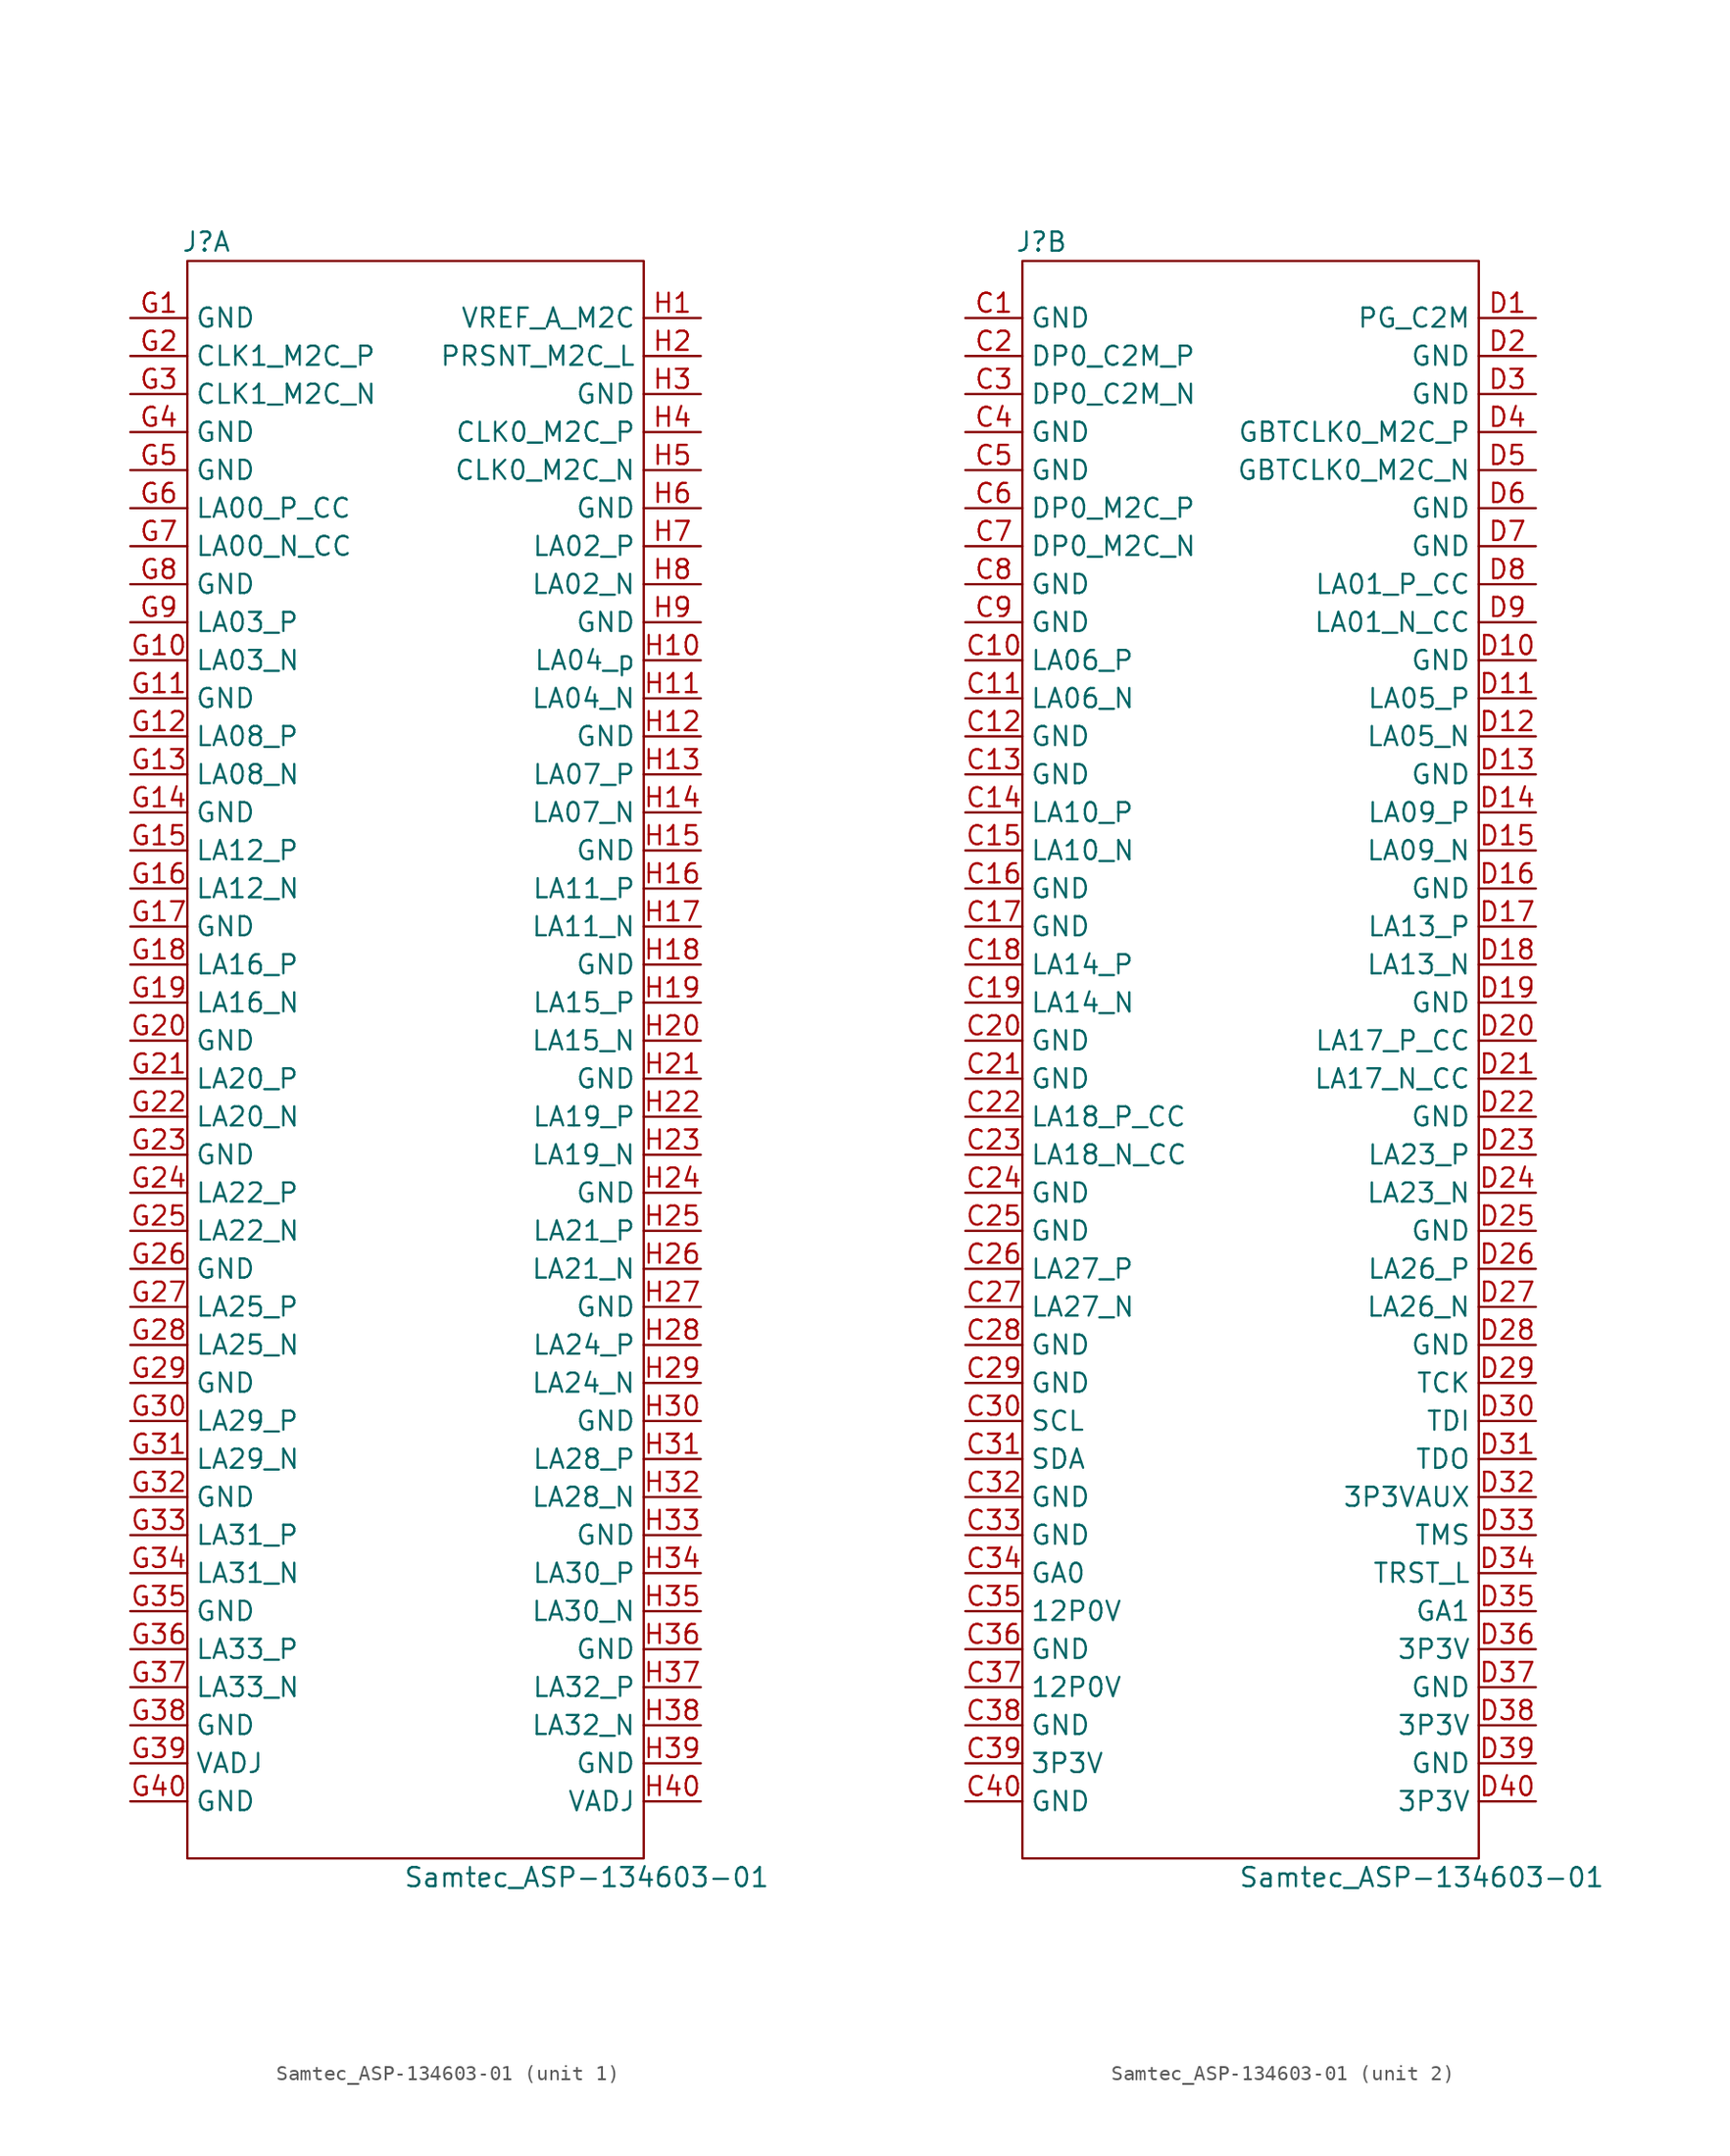
<source format=kicad_sym>
(kicad_symbol_lib
  (version 20211014)
  (generator kicad_symbol_editor)
  (symbol "Samtec_ASP-134603-01"
    (property "Reference" "J"
      (at -13.97 54.61 0)
      (effects (font (size 1.27 1.27))))
    (property "Value" "Samtec_ASP-134603-01"
      (at 11.43 -54.61 0)
      (effects (font (size 1.27 1.27))))
    (property "ki_locked" ""
      (at 0 0 0)
      (effects (font (size 1.27 1.27))))
    (symbol "Samtec_ASP-134603-01_0_1"
      (rectangle (start -15.24 53.34) (end 15.24 -53.34) (stroke (width 0) (type default) (color 0 0 0 0)) (fill (type none))))
    (symbol "Samtec_ASP-134603-01_1_1"
      (pin passive line (at -19.05 49.53 0) (length 3.81) (name "GND" (effects (font (size 1.27 1.27)))) (number "G1" (effects (font (size 1.27 1.27)))))
      (pin passive line (at -19.05 26.67 0) (length 3.81) (name "LA03_N" (effects (font (size 1.27 1.27)))) (number "G10" (effects (font (size 1.27 1.27)))))
      (pin passive line (at -19.05 24.13 0) (length 3.81) (name "GND" (effects (font (size 1.27 1.27)))) (number "G11" (effects (font (size 1.27 1.27)))))
      (pin passive line (at -19.05 21.59 0) (length 3.81) (name "LA08_P" (effects (font (size 1.27 1.27)))) (number "G12" (effects (font (size 1.27 1.27)))))
      (pin passive line (at -19.05 19.05 0) (length 3.81) (name "LA08_N" (effects (font (size 1.27 1.27)))) (number "G13" (effects (font (size 1.27 1.27)))))
      (pin passive line (at -19.05 16.51 0) (length 3.81) (name "GND" (effects (font (size 1.27 1.27)))) (number "G14" (effects (font (size 1.27 1.27)))))
      (pin passive line (at -19.05 13.97 0) (length 3.81) (name "LA12_P" (effects (font (size 1.27 1.27)))) (number "G15" (effects (font (size 1.27 1.27)))))
      (pin passive line (at -19.05 11.43 0) (length 3.81) (name "LA12_N" (effects (font (size 1.27 1.27)))) (number "G16" (effects (font (size 1.27 1.27)))))
      (pin passive line (at -19.05 8.89 0) (length 3.81) (name "GND" (effects (font (size 1.27 1.27)))) (number "G17" (effects (font (size 1.27 1.27)))))
      (pin passive line (at -19.05 6.35 0) (length 3.81) (name "LA16_P" (effects (font (size 1.27 1.27)))) (number "G18" (effects (font (size 1.27 1.27)))))
      (pin passive line (at -19.05 3.81 0) (length 3.81) (name "LA16_N" (effects (font (size 1.27 1.27)))) (number "G19" (effects (font (size 1.27 1.27)))))
      (pin output line (at -19.05 46.99 0) (length 3.81) (name "CLK1_M2C_P" (effects (font (size 1.27 1.27)))) (number "G2" (effects (font (size 1.27 1.27)))))
      (pin passive line (at -19.05 1.27 0) (length 3.81) (name "GND" (effects (font (size 1.27 1.27)))) (number "G20" (effects (font (size 1.27 1.27)))))
      (pin passive line (at -19.05 -1.27 0) (length 3.81) (name "LA20_P" (effects (font (size 1.27 1.27)))) (number "G21" (effects (font (size 1.27 1.27)))))
      (pin passive line (at -19.05 -3.81 0) (length 3.81) (name "LA20_N" (effects (font (size 1.27 1.27)))) (number "G22" (effects (font (size 1.27 1.27)))))
      (pin passive line (at -19.05 -6.35 0) (length 3.81) (name "GND" (effects (font (size 1.27 1.27)))) (number "G23" (effects (font (size 1.27 1.27)))))
      (pin passive line (at -19.05 -8.89 0) (length 3.81) (name "LA22_P" (effects (font (size 1.27 1.27)))) (number "G24" (effects (font (size 1.27 1.27)))))
      (pin passive line (at -19.05 -11.43 0) (length 3.81) (name "LA22_N" (effects (font (size 1.27 1.27)))) (number "G25" (effects (font (size 1.27 1.27)))))
      (pin passive line (at -19.05 -13.97 0) (length 3.81) (name "GND" (effects (font (size 1.27 1.27)))) (number "G26" (effects (font (size 1.27 1.27)))))
      (pin passive line (at -19.05 -16.51 0) (length 3.81) (name "LA25_P" (effects (font (size 1.27 1.27)))) (number "G27" (effects (font (size 1.27 1.27)))))
      (pin passive line (at -19.05 -19.05 0) (length 3.81) (name "LA25_N" (effects (font (size 1.27 1.27)))) (number "G28" (effects (font (size 1.27 1.27)))))
      (pin passive line (at -19.05 -21.59 0) (length 3.81) (name "GND" (effects (font (size 1.27 1.27)))) (number "G29" (effects (font (size 1.27 1.27)))))
      (pin output line (at -19.05 44.45 0) (length 3.81) (name "CLK1_M2C_N" (effects (font (size 1.27 1.27)))) (number "G3" (effects (font (size 1.27 1.27)))))
      (pin passive line (at -19.05 -24.13 0) (length 3.81) (name "LA29_P" (effects (font (size 1.27 1.27)))) (number "G30" (effects (font (size 1.27 1.27)))))
      (pin passive line (at -19.05 -26.67 0) (length 3.81) (name "LA29_N" (effects (font (size 1.27 1.27)))) (number "G31" (effects (font (size 1.27 1.27)))))
      (pin passive line (at -19.05 -29.21 0) (length 3.81) (name "GND" (effects (font (size 1.27 1.27)))) (number "G32" (effects (font (size 1.27 1.27)))))
      (pin passive line (at -19.05 -31.75 0) (length 3.81) (name "LA31_P" (effects (font (size 1.27 1.27)))) (number "G33" (effects (font (size 1.27 1.27)))))
      (pin passive line (at -19.05 -34.29 0) (length 3.81) (name "LA31_N" (effects (font (size 1.27 1.27)))) (number "G34" (effects (font (size 1.27 1.27)))))
      (pin passive line (at -19.05 -36.83 0) (length 3.81) (name "GND" (effects (font (size 1.27 1.27)))) (number "G35" (effects (font (size 1.27 1.27)))))
      (pin passive line (at -19.05 -39.37 0) (length 3.81) (name "LA33_P" (effects (font (size 1.27 1.27)))) (number "G36" (effects (font (size 1.27 1.27)))))
      (pin passive line (at -19.05 -41.91 0) (length 3.81) (name "LA33_N" (effects (font (size 1.27 1.27)))) (number "G37" (effects (font (size 1.27 1.27)))))
      (pin passive line (at -19.05 -44.45 0) (length 3.81) (name "GND" (effects (font (size 1.27 1.27)))) (number "G38" (effects (font (size 1.27 1.27)))))
      (pin passive line (at -19.05 -46.99 0) (length 3.81) (name "VADJ" (effects (font (size 1.27 1.27)))) (number "G39" (effects (font (size 1.27 1.27)))))
      (pin passive line (at -19.05 41.91 0) (length 3.81) (name "GND" (effects (font (size 1.27 1.27)))) (number "G4" (effects (font (size 1.27 1.27)))))
      (pin passive line (at -19.05 -49.53 0) (length 3.81) (name "GND" (effects (font (size 1.27 1.27)))) (number "G40" (effects (font (size 1.27 1.27)))))
      (pin passive line (at -19.05 39.37 0) (length 3.81) (name "GND" (effects (font (size 1.27 1.27)))) (number "G5" (effects (font (size 1.27 1.27)))))
      (pin passive line (at -19.05 36.83 0) (length 3.81) (name "LA00_P_CC" (effects (font (size 1.27 1.27)))) (number "G6" (effects (font (size 1.27 1.27)))))
      (pin passive line (at -19.05 34.29 0) (length 3.81) (name "LA00_N_CC" (effects (font (size 1.27 1.27)))) (number "G7" (effects (font (size 1.27 1.27)))))
      (pin passive line (at -19.05 31.75 0) (length 3.81) (name "GND" (effects (font (size 1.27 1.27)))) (number "G8" (effects (font (size 1.27 1.27)))))
      (pin passive line (at -19.05 29.21 0) (length 3.81) (name "LA03_P" (effects (font (size 1.27 1.27)))) (number "G9" (effects (font (size 1.27 1.27)))))
      (pin passive line (at 19.05 49.53 180) (length 3.81) (name "VREF_A_M2C" (effects (font (size 1.27 1.27)))) (number "H1" (effects (font (size 1.27 1.27)))))
      (pin passive line (at 19.05 26.67 180) (length 3.81) (name "LA04_p" (effects (font (size 1.27 1.27)))) (number "H10" (effects (font (size 1.27 1.27)))))
      (pin passive line (at 19.05 24.13 180) (length 3.81) (name "LA04_N" (effects (font (size 1.27 1.27)))) (number "H11" (effects (font (size 1.27 1.27)))))
      (pin passive line (at 19.05 21.59 180) (length 3.81) (name "GND" (effects (font (size 1.27 1.27)))) (number "H12" (effects (font (size 1.27 1.27)))))
      (pin passive line (at 19.05 19.05 180) (length 3.81) (name "LA07_P" (effects (font (size 1.27 1.27)))) (number "H13" (effects (font (size 1.27 1.27)))))
      (pin passive line (at 19.05 16.51 180) (length 3.81) (name "LA07_N" (effects (font (size 1.27 1.27)))) (number "H14" (effects (font (size 1.27 1.27)))))
      (pin passive line (at 19.05 13.97 180) (length 3.81) (name "GND" (effects (font (size 1.27 1.27)))) (number "H15" (effects (font (size 1.27 1.27)))))
      (pin passive line (at 19.05 11.43 180) (length 3.81) (name "LA11_P" (effects (font (size 1.27 1.27)))) (number "H16" (effects (font (size 1.27 1.27)))))
      (pin passive line (at 19.05 8.89 180) (length 3.81) (name "LA11_N" (effects (font (size 1.27 1.27)))) (number "H17" (effects (font (size 1.27 1.27)))))
      (pin passive line (at 19.05 6.35 180) (length 3.81) (name "GND" (effects (font (size 1.27 1.27)))) (number "H18" (effects (font (size 1.27 1.27)))))
      (pin passive line (at 19.05 3.81 180) (length 3.81) (name "LA15_P" (effects (font (size 1.27 1.27)))) (number "H19" (effects (font (size 1.27 1.27)))))
      (pin passive line (at 19.05 46.99 180) (length 3.81) (name "PRSNT_M2C_L" (effects (font (size 1.27 1.27)))) (number "H2" (effects (font (size 1.27 1.27)))))
      (pin passive line (at 19.05 1.27 180) (length 3.81) (name "LA15_N" (effects (font (size 1.27 1.27)))) (number "H20" (effects (font (size 1.27 1.27)))))
      (pin passive line (at 19.05 -1.27 180) (length 3.81) (name "GND" (effects (font (size 1.27 1.27)))) (number "H21" (effects (font (size 1.27 1.27)))))
      (pin passive line (at 19.05 -3.81 180) (length 3.81) (name "LA19_P" (effects (font (size 1.27 1.27)))) (number "H22" (effects (font (size 1.27 1.27)))))
      (pin passive line (at 19.05 -6.35 180) (length 3.81) (name "LA19_N" (effects (font (size 1.27 1.27)))) (number "H23" (effects (font (size 1.27 1.27)))))
      (pin passive line (at 19.05 -8.89 180) (length 3.81) (name "GND" (effects (font (size 1.27 1.27)))) (number "H24" (effects (font (size 1.27 1.27)))))
      (pin passive line (at 19.05 -11.43 180) (length 3.81) (name "LA21_P" (effects (font (size 1.27 1.27)))) (number "H25" (effects (font (size 1.27 1.27)))))
      (pin passive line (at 19.05 -13.97 180) (length 3.81) (name "LA21_N" (effects (font (size 1.27 1.27)))) (number "H26" (effects (font (size 1.27 1.27)))))
      (pin passive line (at 19.05 -16.51 180) (length 3.81) (name "GND" (effects (font (size 1.27 1.27)))) (number "H27" (effects (font (size 1.27 1.27)))))
      (pin passive line (at 19.05 -19.05 180) (length 3.81) (name "LA24_P" (effects (font (size 1.27 1.27)))) (number "H28" (effects (font (size 1.27 1.27)))))
      (pin passive line (at 19.05 -21.59 180) (length 3.81) (name "LA24_N" (effects (font (size 1.27 1.27)))) (number "H29" (effects (font (size 1.27 1.27)))))
      (pin passive line (at 19.05 44.45 180) (length 3.81) (name "GND" (effects (font (size 1.27 1.27)))) (number "H3" (effects (font (size 1.27 1.27)))))
      (pin passive line (at 19.05 -24.13 180) (length 3.81) (name "GND" (effects (font (size 1.27 1.27)))) (number "H30" (effects (font (size 1.27 1.27)))))
      (pin passive line (at 19.05 -26.67 180) (length 3.81) (name "LA28_P" (effects (font (size 1.27 1.27)))) (number "H31" (effects (font (size 1.27 1.27)))))
      (pin passive line (at 19.05 -29.21 180) (length 3.81) (name "LA28_N" (effects (font (size 1.27 1.27)))) (number "H32" (effects (font (size 1.27 1.27)))))
      (pin passive line (at 19.05 -31.75 180) (length 3.81) (name "GND" (effects (font (size 1.27 1.27)))) (number "H33" (effects (font (size 1.27 1.27)))))
      (pin passive line (at 19.05 -34.29 180) (length 3.81) (name "LA30_P" (effects (font (size 1.27 1.27)))) (number "H34" (effects (font (size 1.27 1.27)))))
      (pin passive line (at 19.05 -36.83 180) (length 3.81) (name "LA30_N" (effects (font (size 1.27 1.27)))) (number "H35" (effects (font (size 1.27 1.27)))))
      (pin passive line (at 19.05 -39.37 180) (length 3.81) (name "GND" (effects (font (size 1.27 1.27)))) (number "H36" (effects (font (size 1.27 1.27)))))
      (pin passive line (at 19.05 -41.91 180) (length 3.81) (name "LA32_P" (effects (font (size 1.27 1.27)))) (number "H37" (effects (font (size 1.27 1.27)))))
      (pin passive line (at 19.05 -44.45 180) (length 3.81) (name "LA32_N" (effects (font (size 1.27 1.27)))) (number "H38" (effects (font (size 1.27 1.27)))))
      (pin passive line (at 19.05 -46.99 180) (length 3.81) (name "GND" (effects (font (size 1.27 1.27)))) (number "H39" (effects (font (size 1.27 1.27)))))
      (pin output line (at 19.05 41.91 180) (length 3.81) (name "CLK0_M2C_P" (effects (font (size 1.27 1.27)))) (number "H4" (effects (font (size 1.27 1.27)))))
      (pin passive line (at 19.05 -49.53 180) (length 3.81) (name "VADJ" (effects (font (size 1.27 1.27)))) (number "H40" (effects (font (size 1.27 1.27)))))
      (pin output line (at 19.05 39.37 180) (length 3.81) (name "CLK0_M2C_N" (effects (font (size 1.27 1.27)))) (number "H5" (effects (font (size 1.27 1.27)))))
      (pin passive line (at 19.05 36.83 180) (length 3.81) (name "GND" (effects (font (size 1.27 1.27)))) (number "H6" (effects (font (size 1.27 1.27)))))
      (pin passive line (at 19.05 34.29 180) (length 3.81) (name "LA02_P" (effects (font (size 1.27 1.27)))) (number "H7" (effects (font (size 1.27 1.27)))))
      (pin passive line (at 19.05 31.75 180) (length 3.81) (name "LA02_N" (effects (font (size 1.27 1.27)))) (number "H8" (effects (font (size 1.27 1.27)))))
      (pin passive line (at 19.05 29.21 180) (length 3.81) (name "GND" (effects (font (size 1.27 1.27)))) (number "H9" (effects (font (size 1.27 1.27))))))
    (symbol "Samtec_ASP-134603-01_2_1"
      (pin passive line (at -19.05 49.53 0) (length 3.81) (name "GND" (effects (font (size 1.27 1.27)))) (number "C1" (effects (font (size 1.27 1.27)))))
      (pin passive line (at -19.05 26.67 0) (length 3.81) (name "LA06_P" (effects (font (size 1.27 1.27)))) (number "C10" (effects (font (size 1.27 1.27)))))
      (pin passive line (at -19.05 24.13 0) (length 3.81) (name "LA06_N" (effects (font (size 1.27 1.27)))) (number "C11" (effects (font (size 1.27 1.27)))))
      (pin passive line (at -19.05 21.59 0) (length 3.81) (name "GND" (effects (font (size 1.27 1.27)))) (number "C12" (effects (font (size 1.27 1.27)))))
      (pin passive line (at -19.05 19.05 0) (length 3.81) (name "GND" (effects (font (size 1.27 1.27)))) (number "C13" (effects (font (size 1.27 1.27)))))
      (pin passive line (at -19.05 16.51 0) (length 3.81) (name "LA10_P" (effects (font (size 1.27 1.27)))) (number "C14" (effects (font (size 1.27 1.27)))))
      (pin passive line (at -19.05 13.97 0) (length 3.81) (name "LA10_N" (effects (font (size 1.27 1.27)))) (number "C15" (effects (font (size 1.27 1.27)))))
      (pin passive line (at -19.05 11.43 0) (length 3.81) (name "GND" (effects (font (size 1.27 1.27)))) (number "C16" (effects (font (size 1.27 1.27)))))
      (pin passive line (at -19.05 8.89 0) (length 3.81) (name "GND" (effects (font (size 1.27 1.27)))) (number "C17" (effects (font (size 1.27 1.27)))))
      (pin passive line (at -19.05 6.35 0) (length 3.81) (name "LA14_P" (effects (font (size 1.27 1.27)))) (number "C18" (effects (font (size 1.27 1.27)))))
      (pin passive line (at -19.05 3.81 0) (length 3.81) (name "LA14_N" (effects (font (size 1.27 1.27)))) (number "C19" (effects (font (size 1.27 1.27)))))
      (pin passive line (at -19.05 46.99 0) (length 3.81) (name "DP0_C2M_P" (effects (font (size 1.27 1.27)))) (number "C2" (effects (font (size 1.27 1.27)))))
      (pin passive line (at -19.05 1.27 0) (length 3.81) (name "GND" (effects (font (size 1.27 1.27)))) (number "C20" (effects (font (size 1.27 1.27)))))
      (pin passive line (at -19.05 -1.27 0) (length 3.81) (name "GND" (effects (font (size 1.27 1.27)))) (number "C21" (effects (font (size 1.27 1.27)))))
      (pin passive line (at -19.05 -3.81 0) (length 3.81) (name "LA18_P_CC" (effects (font (size 1.27 1.27)))) (number "C22" (effects (font (size 1.27 1.27)))))
      (pin passive line (at -19.05 -6.35 0) (length 3.81) (name "LA18_N_CC" (effects (font (size 1.27 1.27)))) (number "C23" (effects (font (size 1.27 1.27)))))
      (pin passive line (at -19.05 -8.89 0) (length 3.81) (name "GND" (effects (font (size 1.27 1.27)))) (number "C24" (effects (font (size 1.27 1.27)))))
      (pin passive line (at -19.05 -11.43 0) (length 3.81) (name "GND" (effects (font (size 1.27 1.27)))) (number "C25" (effects (font (size 1.27 1.27)))))
      (pin passive line (at -19.05 -13.97 0) (length 3.81) (name "LA27_P" (effects (font (size 1.27 1.27)))) (number "C26" (effects (font (size 1.27 1.27)))))
      (pin passive line (at -19.05 -16.51 0) (length 3.81) (name "LA27_N" (effects (font (size 1.27 1.27)))) (number "C27" (effects (font (size 1.27 1.27)))))
      (pin passive line (at -19.05 -19.05 0) (length 3.81) (name "GND" (effects (font (size 1.27 1.27)))) (number "C28" (effects (font (size 1.27 1.27)))))
      (pin passive line (at -19.05 -21.59 0) (length 3.81) (name "GND" (effects (font (size 1.27 1.27)))) (number "C29" (effects (font (size 1.27 1.27)))))
      (pin passive line (at -19.05 44.45 0) (length 3.81) (name "DP0_C2M_N" (effects (font (size 1.27 1.27)))) (number "C3" (effects (font (size 1.27 1.27)))))
      (pin passive line (at -19.05 -24.13 0) (length 3.81) (name "SCL" (effects (font (size 1.27 1.27)))) (number "C30" (effects (font (size 1.27 1.27)))))
      (pin passive line (at -19.05 -26.67 0) (length 3.81) (name "SDA" (effects (font (size 1.27 1.27)))) (number "C31" (effects (font (size 1.27 1.27)))))
      (pin passive line (at -19.05 -29.21 0) (length 3.81) (name "GND" (effects (font (size 1.27 1.27)))) (number "C32" (effects (font (size 1.27 1.27)))))
      (pin passive line (at -19.05 -31.75 0) (length 3.81) (name "GND" (effects (font (size 1.27 1.27)))) (number "C33" (effects (font (size 1.27 1.27)))))
      (pin passive line (at -19.05 -34.29 0) (length 3.81) (name "GA0" (effects (font (size 1.27 1.27)))) (number "C34" (effects (font (size 1.27 1.27)))))
      (pin passive line (at -19.05 -36.83 0) (length 3.81) (name "12P0V" (effects (font (size 1.27 1.27)))) (number "C35" (effects (font (size 1.27 1.27)))))
      (pin passive line (at -19.05 -39.37 0) (length 3.81) (name "GND" (effects (font (size 1.27 1.27)))) (number "C36" (effects (font (size 1.27 1.27)))))
      (pin passive line (at -19.05 -41.91 0) (length 3.81) (name "12P0V" (effects (font (size 1.27 1.27)))) (number "C37" (effects (font (size 1.27 1.27)))))
      (pin passive line (at -19.05 -44.45 0) (length 3.81) (name "GND" (effects (font (size 1.27 1.27)))) (number "C38" (effects (font (size 1.27 1.27)))))
      (pin passive line (at -19.05 -46.99 0) (length 3.81) (name "3P3V" (effects (font (size 1.27 1.27)))) (number "C39" (effects (font (size 1.27 1.27)))))
      (pin passive line (at -19.05 41.91 0) (length 3.81) (name "GND" (effects (font (size 1.27 1.27)))) (number "C4" (effects (font (size 1.27 1.27)))))
      (pin passive line (at -19.05 -49.53 0) (length 3.81) (name "GND" (effects (font (size 1.27 1.27)))) (number "C40" (effects (font (size 1.27 1.27)))))
      (pin passive line (at -19.05 39.37 0) (length 3.81) (name "GND" (effects (font (size 1.27 1.27)))) (number "C5" (effects (font (size 1.27 1.27)))))
      (pin passive line (at -19.05 36.83 0) (length 3.81) (name "DP0_M2C_P" (effects (font (size 1.27 1.27)))) (number "C6" (effects (font (size 1.27 1.27)))))
      (pin passive line (at -19.05 34.29 0) (length 3.81) (name "DP0_M2C_N" (effects (font (size 1.27 1.27)))) (number "C7" (effects (font (size 1.27 1.27)))))
      (pin passive line (at -19.05 31.75 0) (length 3.81) (name "GND" (effects (font (size 1.27 1.27)))) (number "C8" (effects (font (size 1.27 1.27)))))
      (pin passive line (at -19.05 29.21 0) (length 3.81) (name "GND" (effects (font (size 1.27 1.27)))) (number "C9" (effects (font (size 1.27 1.27)))))
      (pin passive line (at 19.05 49.53 180) (length 3.81) (name "PG_C2M" (effects (font (size 1.27 1.27)))) (number "D1" (effects (font (size 1.27 1.27)))))
      (pin passive line (at 19.05 26.67 180) (length 3.81) (name "GND" (effects (font (size 1.27 1.27)))) (number "D10" (effects (font (size 1.27 1.27)))))
      (pin passive line (at 19.05 24.13 180) (length 3.81) (name "LA05_P" (effects (font (size 1.27 1.27)))) (number "D11" (effects (font (size 1.27 1.27)))))
      (pin passive line (at 19.05 21.59 180) (length 3.81) (name "LA05_N" (effects (font (size 1.27 1.27)))) (number "D12" (effects (font (size 1.27 1.27)))))
      (pin passive line (at 19.05 19.05 180) (length 3.81) (name "GND" (effects (font (size 1.27 1.27)))) (number "D13" (effects (font (size 1.27 1.27)))))
      (pin passive line (at 19.05 16.51 180) (length 3.81) (name "LA09_P" (effects (font (size 1.27 1.27)))) (number "D14" (effects (font (size 1.27 1.27)))))
      (pin passive line (at 19.05 13.97 180) (length 3.81) (name "LA09_N" (effects (font (size 1.27 1.27)))) (number "D15" (effects (font (size 1.27 1.27)))))
      (pin passive line (at 19.05 11.43 180) (length 3.81) (name "GND" (effects (font (size 1.27 1.27)))) (number "D16" (effects (font (size 1.27 1.27)))))
      (pin passive line (at 19.05 8.89 180) (length 3.81) (name "LA13_P" (effects (font (size 1.27 1.27)))) (number "D17" (effects (font (size 1.27 1.27)))))
      (pin passive line (at 19.05 6.35 180) (length 3.81) (name "LA13_N" (effects (font (size 1.27 1.27)))) (number "D18" (effects (font (size 1.27 1.27)))))
      (pin passive line (at 19.05 3.81 180) (length 3.81) (name "GND" (effects (font (size 1.27 1.27)))) (number "D19" (effects (font (size 1.27 1.27)))))
      (pin passive line (at 19.05 46.99 180) (length 3.81) (name "GND" (effects (font (size 1.27 1.27)))) (number "D2" (effects (font (size 1.27 1.27)))))
      (pin passive line (at 19.05 1.27 180) (length 3.81) (name "LA17_P_CC" (effects (font (size 1.27 1.27)))) (number "D20" (effects (font (size 1.27 1.27)))))
      (pin passive line (at 19.05 -1.27 180) (length 3.81) (name "LA17_N_CC" (effects (font (size 1.27 1.27)))) (number "D21" (effects (font (size 1.27 1.27)))))
      (pin passive line (at 19.05 -3.81 180) (length 3.81) (name "GND" (effects (font (size 1.27 1.27)))) (number "D22" (effects (font (size 1.27 1.27)))))
      (pin passive line (at 19.05 -6.35 180) (length 3.81) (name "LA23_P" (effects (font (size 1.27 1.27)))) (number "D23" (effects (font (size 1.27 1.27)))))
      (pin passive line (at 19.05 -8.89 180) (length 3.81) (name "LA23_N" (effects (font (size 1.27 1.27)))) (number "D24" (effects (font (size 1.27 1.27)))))
      (pin passive line (at 19.05 -11.43 180) (length 3.81) (name "GND" (effects (font (size 1.27 1.27)))) (number "D25" (effects (font (size 1.27 1.27)))))
      (pin passive line (at 19.05 -13.97 180) (length 3.81) (name "LA26_P" (effects (font (size 1.27 1.27)))) (number "D26" (effects (font (size 1.27 1.27)))))
      (pin passive line (at 19.05 -16.51 180) (length 3.81) (name "LA26_N" (effects (font (size 1.27 1.27)))) (number "D27" (effects (font (size 1.27 1.27)))))
      (pin passive line (at 19.05 -19.05 180) (length 3.81) (name "GND" (effects (font (size 1.27 1.27)))) (number "D28" (effects (font (size 1.27 1.27)))))
      (pin passive line (at 19.05 -21.59 180) (length 3.81) (name "TCK" (effects (font (size 1.27 1.27)))) (number "D29" (effects (font (size 1.27 1.27)))))
      (pin passive line (at 19.05 44.45 180) (length 3.81) (name "GND" (effects (font (size 1.27 1.27)))) (number "D3" (effects (font (size 1.27 1.27)))))
      (pin passive line (at 19.05 -24.13 180) (length 3.81) (name "TDI" (effects (font (size 1.27 1.27)))) (number "D30" (effects (font (size 1.27 1.27)))))
      (pin passive line (at 19.05 -26.67 180) (length 3.81) (name "TDO" (effects (font (size 1.27 1.27)))) (number "D31" (effects (font (size 1.27 1.27)))))
      (pin passive line (at 19.05 -29.21 180) (length 3.81) (name "3P3VAUX" (effects (font (size 1.27 1.27)))) (number "D32" (effects (font (size 1.27 1.27)))))
      (pin passive line (at 19.05 -31.75 180) (length 3.81) (name "TMS" (effects (font (size 1.27 1.27)))) (number "D33" (effects (font (size 1.27 1.27)))))
      (pin passive line (at 19.05 -34.29 180) (length 3.81) (name "TRST_L" (effects (font (size 1.27 1.27)))) (number "D34" (effects (font (size 1.27 1.27)))))
      (pin passive line (at 19.05 -36.83 180) (length 3.81) (name "GA1" (effects (font (size 1.27 1.27)))) (number "D35" (effects (font (size 1.27 1.27)))))
      (pin passive line (at 19.05 -39.37 180) (length 3.81) (name "3P3V" (effects (font (size 1.27 1.27)))) (number "D36" (effects (font (size 1.27 1.27)))))
      (pin passive line (at 19.05 -41.91 180) (length 3.81) (name "GND" (effects (font (size 1.27 1.27)))) (number "D37" (effects (font (size 1.27 1.27)))))
      (pin passive line (at 19.05 -44.45 180) (length 3.81) (name "3P3V" (effects (font (size 1.27 1.27)))) (number "D38" (effects (font (size 1.27 1.27)))))
      (pin passive line (at 19.05 -46.99 180) (length 3.81) (name "GND" (effects (font (size 1.27 1.27)))) (number "D39" (effects (font (size 1.27 1.27)))))
      (pin passive line (at 19.05 41.91 180) (length 3.81) (name "GBTCLK0_M2C_P" (effects (font (size 1.27 1.27)))) (number "D4" (effects (font (size 1.27 1.27)))))
      (pin passive line (at 19.05 -49.53 180) (length 3.81) (name "3P3V" (effects (font (size 1.27 1.27)))) (number "D40" (effects (font (size 1.27 1.27)))))
      (pin passive line (at 19.05 39.37 180) (length 3.81) (name "GBTCLK0_M2C_N" (effects (font (size 1.27 1.27)))) (number "D5" (effects (font (size 1.27 1.27)))))
      (pin passive line (at 19.05 36.83 180) (length 3.81) (name "GND" (effects (font (size 1.27 1.27)))) (number "D6" (effects (font (size 1.27 1.27)))))
      (pin passive line (at 19.05 34.29 180) (length 3.81) (name "GND" (effects (font (size 1.27 1.27)))) (number "D7" (effects (font (size 1.27 1.27)))))
      (pin passive line (at 19.05 31.75 180) (length 3.81) (name "LA01_P_CC" (effects (font (size 1.27 1.27)))) (number "D8" (effects (font (size 1.27 1.27)))))
      (pin passive line (at 19.05 29.21 180) (length 3.81) (name "LA01_N_CC" (effects (font (size 1.27 1.27)))) (number "D9" (effects (font (size 1.27 1.27))))))))
</source>
